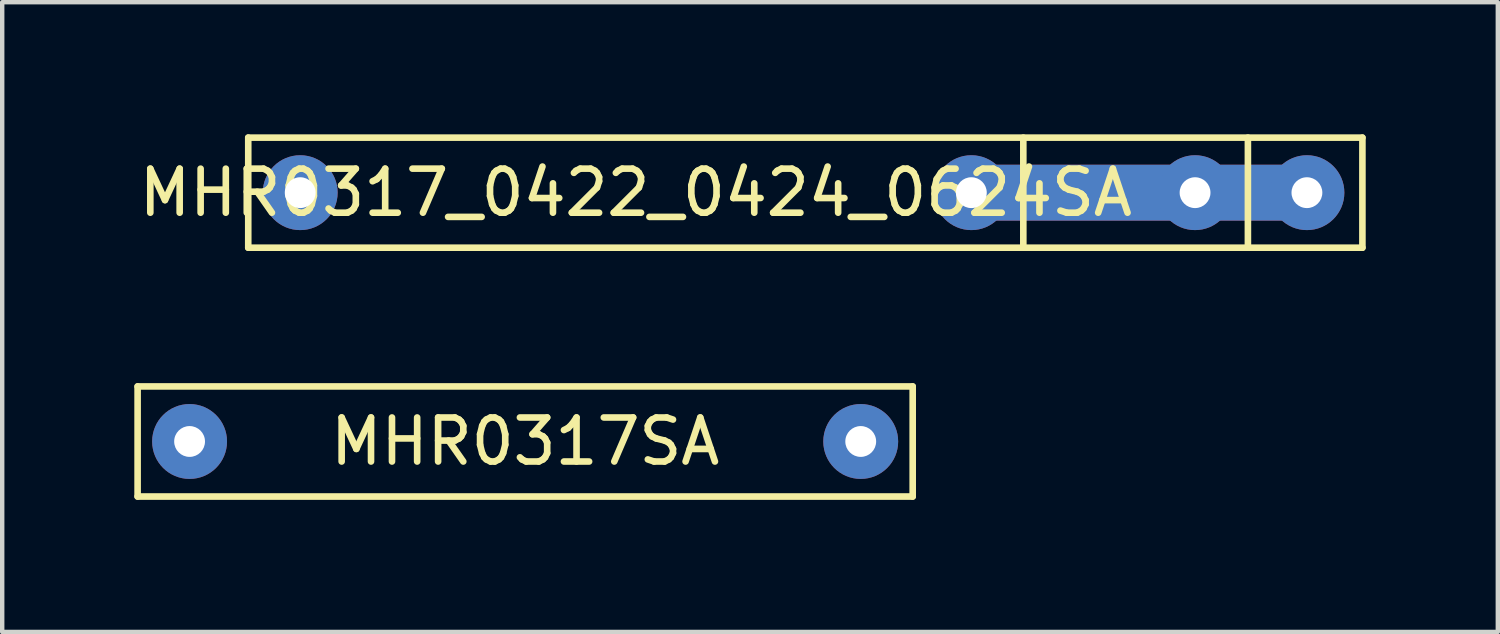
<source format=kicad_pcb>
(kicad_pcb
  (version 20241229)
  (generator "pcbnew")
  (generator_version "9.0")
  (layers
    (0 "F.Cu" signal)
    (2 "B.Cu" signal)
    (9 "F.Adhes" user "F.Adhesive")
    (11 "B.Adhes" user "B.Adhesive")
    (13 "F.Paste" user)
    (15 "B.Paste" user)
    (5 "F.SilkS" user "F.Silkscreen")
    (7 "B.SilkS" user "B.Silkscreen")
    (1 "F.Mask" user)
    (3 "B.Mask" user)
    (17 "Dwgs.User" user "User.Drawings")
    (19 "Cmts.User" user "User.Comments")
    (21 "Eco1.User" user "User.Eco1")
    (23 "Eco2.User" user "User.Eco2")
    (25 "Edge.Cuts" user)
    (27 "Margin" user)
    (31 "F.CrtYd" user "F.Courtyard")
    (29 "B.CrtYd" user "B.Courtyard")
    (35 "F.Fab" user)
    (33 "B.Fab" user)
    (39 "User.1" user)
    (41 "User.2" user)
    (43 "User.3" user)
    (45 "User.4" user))
  (footprint "MHR0317_0422_0424_0624SA"
    (layer "F.Cu")
    (at 11.387 1.325)
    (property "Reference" "MHR0317_0422_0424_0624SA" (at 0 0 0) (layer "F.SilkS") (effects (font (size 1 1) (thickness 0.15))))
    (attr through_hole)
    (fp_line (start 7.62 0) (end 15.24 0) (stroke (width 1.27) (type solid)) (layer "F.Cu"))
    (fp_line (start 7.62 0) (end 15.24 0) (stroke (width 1.27) (type solid)) (layer "B.Cu"))
    (fp_line (start -8.8 -1.25) (end -8.8 1.25) (stroke (width 0.15) (type solid)) (layer "F.SilkS"))
    (fp_line (start -8.8 -1.25) (end 16.5 -1.25) (stroke (width 0.15) (type solid)) (layer "F.SilkS"))
    (fp_line (start 8.8 1.25) (end 8.8 -1.25) (stroke (width 0.15) (type solid)) (layer "F.SilkS"))
    (fp_line (start 13.9 -1.25) (end 13.9 1.25) (stroke (width 0.15) (type solid)) (layer "F.SilkS"))
    (fp_line (start 16.5 -1.25) (end 16.5 1.25) (stroke (width 0.15) (type solid)) (layer "F.SilkS"))
    (fp_line (start 16.5 1.25) (end -8.8 1.25) (stroke (width 0.15) (type solid)) (layer "F.SilkS"))
    (pad "1" thru_hole circle (at -7.62 0) (size 1.7 1.7) (drill 0.7) (layers "*.Cu" "*.Mask"))
    (pad "2" thru_hole circle (at 7.62 0) (size 1.7 1.7) (drill 0.7) (layers "*.Cu" "*.Mask"))
    (pad "2" thru_hole circle (at 12.7 0) (size 1.7 1.7) (drill 0.7) (layers "*.Cu" "*.Mask"))
    (pad "2" thru_hole oval (at 15.24 0) (size 1.7 1.7) (drill 0.7) (layers "*.Cu" "*.Mask")))
  (footprint "MHR0317SA"
    (layer "F.Cu")
    (at 8.875 6.975)
    (property "Reference" "MHR0317SA" (at 0 0 0) (layer "F.SilkS") (effects (font (size 1 1) (thickness 0.15))))
    (attr through_hole)
    (fp_line (start -8.8 -1.25) (end -8.8 1.25) (stroke (width 0.15) (type solid)) (layer "F.SilkS"))
    (fp_line (start -8.8 -1.25) (end 8.8 -1.25) (stroke (width 0.15) (type solid)) (layer "F.SilkS"))
    (fp_line (start 8.8 1.25) (end -8.8 1.25) (stroke (width 0.15) (type solid)) (layer "F.SilkS"))
    (fp_line (start 8.8 1.25) (end 8.8 -1.25) (stroke (width 0.15) (type solid)) (layer "F.SilkS"))
    (pad "1" thru_hole circle (at -7.62 0) (size 1.7 1.7) (drill 0.7) (layers "*.Cu" "*.Mask"))
    (pad "2" thru_hole circle (at 7.62 0) (size 1.7 1.7) (drill 0.7) (layers "*.Cu" "*.Mask")))
  (gr_rect
    (start -3 -3)
    (end 30.962 11.3)
    (stroke (width 0.1) (type default))
    (fill no)
    (layer "Edge.Cuts")))
</source>
